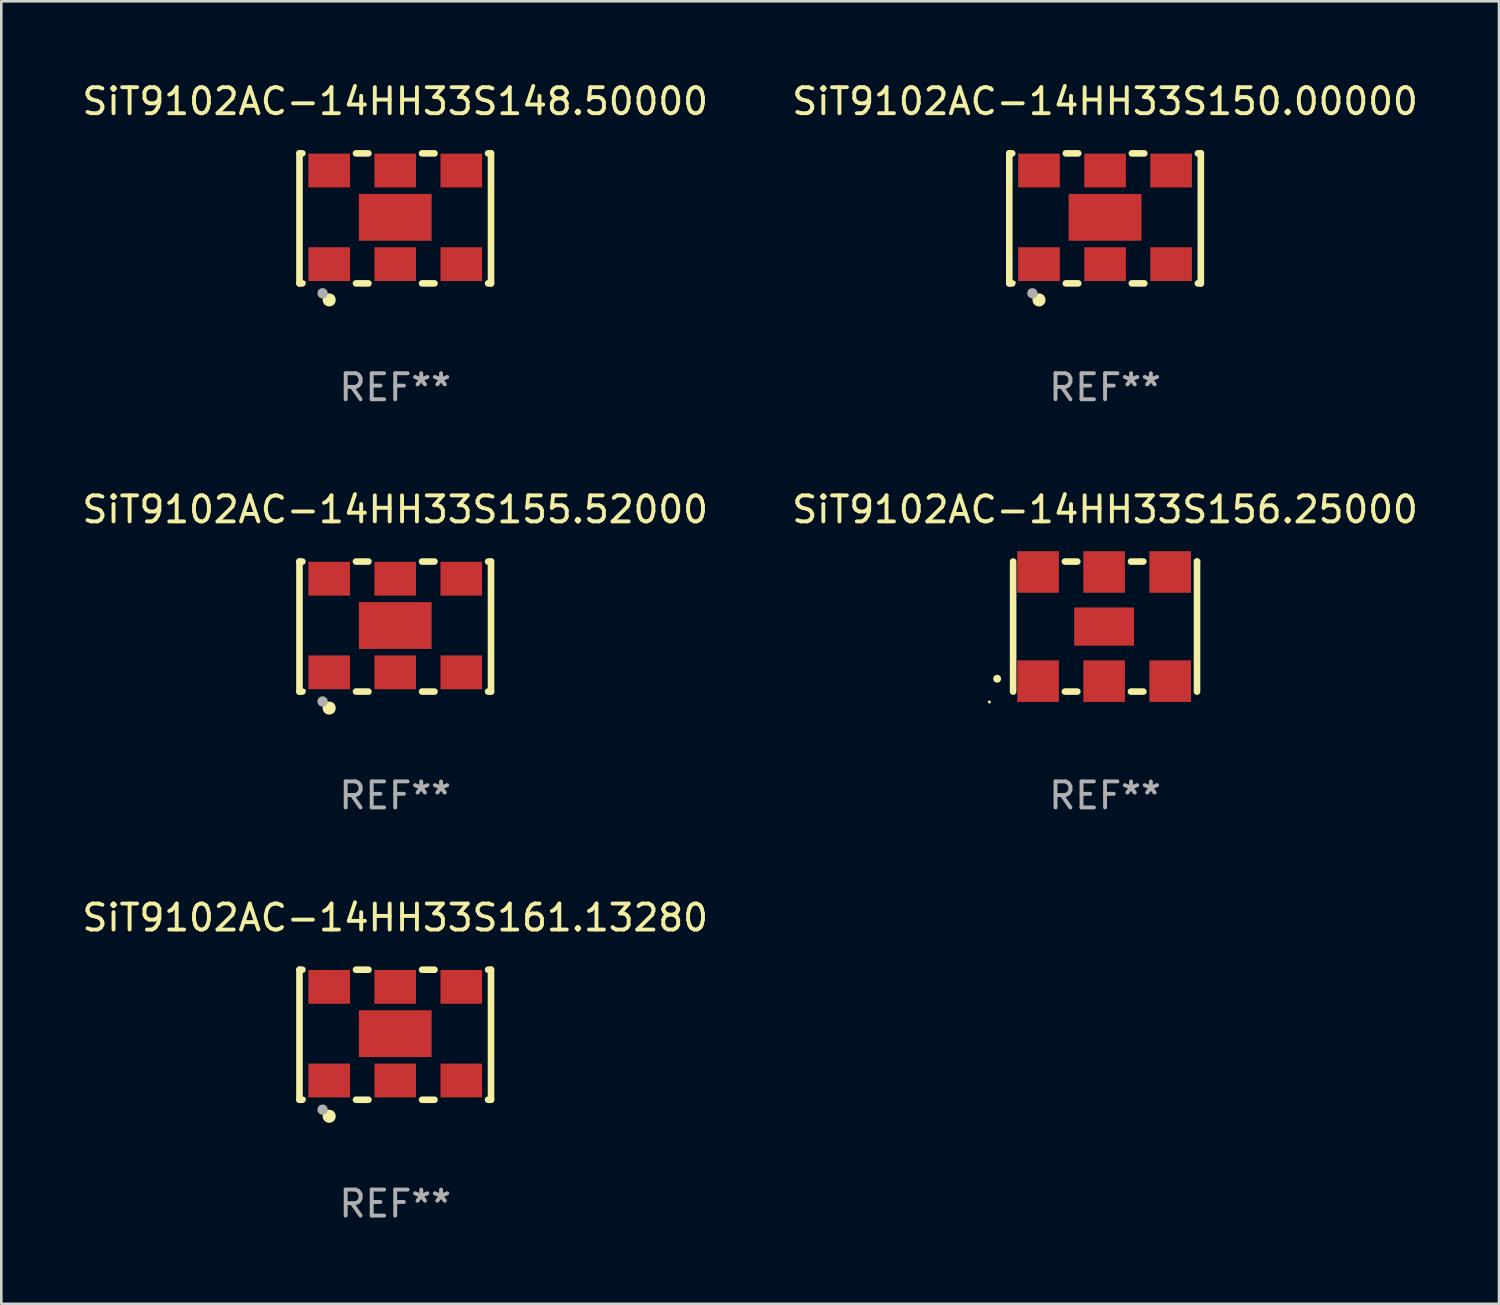
<source format=kicad_pcb>
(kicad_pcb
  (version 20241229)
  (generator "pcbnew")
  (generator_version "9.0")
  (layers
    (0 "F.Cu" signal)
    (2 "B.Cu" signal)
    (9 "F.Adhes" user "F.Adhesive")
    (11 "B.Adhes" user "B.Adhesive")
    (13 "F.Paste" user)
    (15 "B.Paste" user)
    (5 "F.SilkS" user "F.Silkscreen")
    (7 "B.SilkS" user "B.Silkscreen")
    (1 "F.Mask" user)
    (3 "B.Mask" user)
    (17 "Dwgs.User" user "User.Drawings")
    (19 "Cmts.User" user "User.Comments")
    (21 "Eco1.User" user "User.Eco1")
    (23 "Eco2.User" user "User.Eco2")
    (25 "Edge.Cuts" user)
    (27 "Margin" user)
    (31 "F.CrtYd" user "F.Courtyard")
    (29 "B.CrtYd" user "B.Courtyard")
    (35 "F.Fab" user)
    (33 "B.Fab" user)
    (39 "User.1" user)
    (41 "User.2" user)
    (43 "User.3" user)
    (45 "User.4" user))
  (footprint "SiT9102AC-14HH33S161.13280"
    (layer "F.Cu")
    (at 12.149 36.741)
    (property "Reference" "SiT9102AC-14HH33S161.13280" (at 0 -4.5 0) (layer "F.SilkS") (effects (font (size 1 1) (thickness 0.15))))
    (attr through_hole)
    (fp_line (start -3.683 -2.5) (end -3.571 -2.5) (stroke (width 0.254) (type solid)) (layer "F.SilkS"))
    (fp_line (start -3.683 2.5) (end -3.683 -2.5) (stroke (width 0.254) (type solid)) (layer "F.SilkS"))
    (fp_line (start -3.683 2.5) (end -3.571 2.5) (stroke (width 0.254) (type solid)) (layer "F.SilkS"))
    (fp_line (start -1.509 -2.5) (end -1.031 -2.5) (stroke (width 0.254) (type solid)) (layer "F.SilkS"))
    (fp_line (start -1.509 2.5) (end -1.031 2.5) (stroke (width 0.254) (type solid)) (layer "F.SilkS"))
    (fp_line (start 1.031 -2.5) (end 1.509 -2.5) (stroke (width 0.254) (type solid)) (layer "F.SilkS"))
    (fp_line (start 1.031 2.5) (end 1.509 2.5) (stroke (width 0.254) (type solid)) (layer "F.SilkS"))
    (fp_line (start 3.571 -2.5) (end 3.683 -2.5) (stroke (width 0.254) (type solid)) (layer "F.SilkS"))
    (fp_line (start 3.571 2.5) (end 3.683 2.5) (stroke (width 0.254) (type solid)) (layer "F.SilkS"))
    (fp_line (start 3.683 2.5) (end 3.683 -2.5) (stroke (width 0.254) (type solid)) (layer "F.SilkS"))
    (fp_circle (center -3.5 2.46) (end -3.47 2.46) (stroke (width 0.06) (type solid)) (fill no) (layer "F.SilkS"))
    (fp_circle (center -2.54 3.135) (end -2.413 3.135) (stroke (width 0.254) (type solid)) (fill no) (layer "F.SilkS"))
    (fp_circle (center -2.794 2.881) (end -2.694 2.881) (stroke (width 0.2) (type solid)) (fill no) (layer "F.Fab"))
    (fp_text user "REF**" (at 0 6.5 0) (layer "F.Fab") (effects (font (size 1 1) (thickness 0.15))))
    (pad "1" smd rect (at -2.54 1.76) (size 1.6 1.3) (layers "F.Cu" "F.Mask" "F.Paste"))
    (pad "2" smd rect (at 0 1.76) (size 1.6 1.3) (layers "F.Cu" "F.Mask" "F.Paste"))
    (pad "3" smd rect (at 2.54 1.76) (size 1.6 1.3) (layers "F.Cu" "F.Mask" "F.Paste"))
    (pad "4" smd rect (at 2.54 -1.84) (size 1.6 1.3) (layers "F.Cu" "F.Mask" "F.Paste"))
    (pad "5" smd rect (at 0 -1.84) (size 1.6 1.3) (layers "F.Cu" "F.Mask" "F.Paste"))
    (pad "6" smd rect (at -2.54 -1.84) (size 1.6 1.3) (layers "F.Cu" "F.Mask" "F.Paste"))
    (pad "7" smd rect (at 0 -0.04) (size 2.8 1.8) (layers "F.Cu" "F.Mask" "F.Paste")))
  (footprint "SiT9102AC-14HH33S148.50000"
    (layer "F.Cu")
    (at 12.149 5.348)
    (property "Reference" "SiT9102AC-14HH33S148.50000" (at 0 -4.5 0) (layer "F.SilkS") (effects (font (size 1 1) (thickness 0.15))))
    (attr through_hole)
    (fp_line (start -3.683 -2.5) (end -3.571 -2.5) (stroke (width 0.254) (type solid)) (layer "F.SilkS"))
    (fp_line (start -3.683 2.5) (end -3.683 -2.5) (stroke (width 0.254) (type solid)) (layer "F.SilkS"))
    (fp_line (start -3.683 2.5) (end -3.571 2.5) (stroke (width 0.254) (type solid)) (layer "F.SilkS"))
    (fp_line (start -1.509 -2.5) (end -1.031 -2.5) (stroke (width 0.254) (type solid)) (layer "F.SilkS"))
    (fp_line (start -1.509 2.5) (end -1.031 2.5) (stroke (width 0.254) (type solid)) (layer "F.SilkS"))
    (fp_line (start 1.031 -2.5) (end 1.509 -2.5) (stroke (width 0.254) (type solid)) (layer "F.SilkS"))
    (fp_line (start 1.031 2.5) (end 1.509 2.5) (stroke (width 0.254) (type solid)) (layer "F.SilkS"))
    (fp_line (start 3.571 -2.5) (end 3.683 -2.5) (stroke (width 0.254) (type solid)) (layer "F.SilkS"))
    (fp_line (start 3.571 2.5) (end 3.683 2.5) (stroke (width 0.254) (type solid)) (layer "F.SilkS"))
    (fp_line (start 3.683 2.5) (end 3.683 -2.5) (stroke (width 0.254) (type solid)) (layer "F.SilkS"))
    (fp_circle (center -3.5 2.46) (end -3.47 2.46) (stroke (width 0.06) (type solid)) (fill no) (layer "F.SilkS"))
    (fp_circle (center -2.54 3.135) (end -2.413 3.135) (stroke (width 0.254) (type solid)) (fill no) (layer "F.SilkS"))
    (fp_circle (center -2.794 2.881) (end -2.694 2.881) (stroke (width 0.2) (type solid)) (fill no) (layer "F.Fab"))
    (fp_text user "REF**" (at 0 6.5 0) (layer "F.Fab") (effects (font (size 1 1) (thickness 0.15))))
    (pad "1" smd rect (at -2.54 1.76) (size 1.6 1.3) (layers "F.Cu" "F.Mask" "F.Paste"))
    (pad "2" smd rect (at 0 1.76) (size 1.6 1.3) (layers "F.Cu" "F.Mask" "F.Paste"))
    (pad "3" smd rect (at 2.54 1.76) (size 1.6 1.3) (layers "F.Cu" "F.Mask" "F.Paste"))
    (pad "4" smd rect (at 2.54 -1.84) (size 1.6 1.3) (layers "F.Cu" "F.Mask" "F.Paste"))
    (pad "5" smd rect (at 0 -1.84) (size 1.6 1.3) (layers "F.Cu" "F.Mask" "F.Paste"))
    (pad "6" smd rect (at -2.54 -1.84) (size 1.6 1.3) (layers "F.Cu" "F.Mask" "F.Paste"))
    (pad "7" smd rect (at 0 -0.04) (size 2.8 1.8) (layers "F.Cu" "F.Mask" "F.Paste")))
  (footprint "SiT9102AC-14HH33S156.25000"
    (layer "F.Cu")
    (at 39.446 21.045)
    (property "Reference" "SiT9102AC-14HH33S156.25000" (at 0 -4.5 0) (layer "F.SilkS") (effects (font (size 1 1) (thickness 0.15))))
    (attr through_hole)
    (fp_line (start -3.536 -2.5) (end -3.536 2.5) (stroke (width 0.254) (type solid)) (layer "F.SilkS"))
    (fp_line (start -1.544 2.5) (end -1.067 2.5) (stroke (width 0.254) (type solid)) (layer "F.SilkS"))
    (fp_line (start -1.067 -2.5) (end -1.544 -2.5) (stroke (width 0.254) (type solid)) (layer "F.SilkS"))
    (fp_line (start 0.996 2.5) (end 1.473 2.5) (stroke (width 0.254) (type solid)) (layer "F.SilkS"))
    (fp_line (start 1.473 -2.5) (end 0.996 -2.5) (stroke (width 0.254) (type solid)) (layer "F.SilkS"))
    (fp_line (start 3.536 -2.5) (end 3.536 -2.5) (stroke (width 0.254) (type solid)) (layer "F.SilkS"))
    (fp_line (start 3.536 2.5) (end 3.536 -2.5) (stroke (width 0.254) (type solid)) (layer "F.SilkS"))
    (fp_arc (start -4.150432 2.006604) (mid -4.149162 2.006599) (end -4.147892 2.006604) (stroke (width 0.3) (type solid)) (layer "F.SilkS"))
    (fp_circle (center -4.449 2.9) (end -4.419 2.9) (stroke (width 0.06) (type solid)) (fill no) (layer "F.SilkS"))
    (fp_text user "REF**" (at 0 6.5 0) (layer "F.Fab") (effects (font (size 1 1) (thickness 0.15))))
    (pad "1" smd rect (at -2.576 2.1) (size 1.6 1.6) (layers "F.Cu" "F.Mask" "F.Paste"))
    (pad "2" smd rect (at -0.036 2.1) (size 1.6 1.6) (layers "F.Cu" "F.Mask" "F.Paste"))
    (pad "3" smd rect (at 2.504 2.1) (size 1.6 1.6) (layers "F.Cu" "F.Mask" "F.Paste"))
    (pad "4" smd rect (at 2.504 -2.1) (size 1.6 1.6) (layers "F.Cu" "F.Mask" "F.Paste"))
    (pad "5" smd rect (at -0.036 -2.1) (size 1.6 1.6) (layers "F.Cu" "F.Mask" "F.Paste"))
    (pad "6" smd rect (at -2.576 -2.1) (size 1.6 1.6) (layers "F.Cu" "F.Mask" "F.Paste"))
    (pad "7" smd rect (at -0.036 0) (size 2.3 1.47) (layers "F.Cu" "F.Mask" "F.Paste")))
  (footprint "SiT9102AC-14HH33S150.00000"
    (layer "F.Cu")
    (at 39.446 5.348)
    (property "Reference" "SiT9102AC-14HH33S150.00000" (at 0 -4.5 0) (layer "F.SilkS") (effects (font (size 1 1) (thickness 0.15))))
    (attr through_hole)
    (fp_line (start -3.683 -2.5) (end -3.571 -2.5) (stroke (width 0.254) (type solid)) (layer "F.SilkS"))
    (fp_line (start -3.683 2.5) (end -3.683 -2.5) (stroke (width 0.254) (type solid)) (layer "F.SilkS"))
    (fp_line (start -3.683 2.5) (end -3.571 2.5) (stroke (width 0.254) (type solid)) (layer "F.SilkS"))
    (fp_line (start -1.509 -2.5) (end -1.031 -2.5) (stroke (width 0.254) (type solid)) (layer "F.SilkS"))
    (fp_line (start -1.509 2.5) (end -1.031 2.5) (stroke (width 0.254) (type solid)) (layer "F.SilkS"))
    (fp_line (start 1.031 -2.5) (end 1.509 -2.5) (stroke (width 0.254) (type solid)) (layer "F.SilkS"))
    (fp_line (start 1.031 2.5) (end 1.509 2.5) (stroke (width 0.254) (type solid)) (layer "F.SilkS"))
    (fp_line (start 3.571 -2.5) (end 3.683 -2.5) (stroke (width 0.254) (type solid)) (layer "F.SilkS"))
    (fp_line (start 3.571 2.5) (end 3.683 2.5) (stroke (width 0.254) (type solid)) (layer "F.SilkS"))
    (fp_line (start 3.683 2.5) (end 3.683 -2.5) (stroke (width 0.254) (type solid)) (layer "F.SilkS"))
    (fp_circle (center -3.5 2.46) (end -3.47 2.46) (stroke (width 0.06) (type solid)) (fill no) (layer "F.SilkS"))
    (fp_circle (center -2.54 3.135) (end -2.413 3.135) (stroke (width 0.254) (type solid)) (fill no) (layer "F.SilkS"))
    (fp_circle (center -2.794 2.881) (end -2.694 2.881) (stroke (width 0.2) (type solid)) (fill no) (layer "F.Fab"))
    (fp_text user "REF**" (at 0 6.5 0) (layer "F.Fab") (effects (font (size 1 1) (thickness 0.15))))
    (pad "1" smd rect (at -2.54 1.76) (size 1.6 1.3) (layers "F.Cu" "F.Mask" "F.Paste"))
    (pad "2" smd rect (at 0 1.76) (size 1.6 1.3) (layers "F.Cu" "F.Mask" "F.Paste"))
    (pad "3" smd rect (at 2.54 1.76) (size 1.6 1.3) (layers "F.Cu" "F.Mask" "F.Paste"))
    (pad "4" smd rect (at 2.54 -1.84) (size 1.6 1.3) (layers "F.Cu" "F.Mask" "F.Paste"))
    (pad "5" smd rect (at 0 -1.84) (size 1.6 1.3) (layers "F.Cu" "F.Mask" "F.Paste"))
    (pad "6" smd rect (at -2.54 -1.84) (size 1.6 1.3) (layers "F.Cu" "F.Mask" "F.Paste"))
    (pad "7" smd rect (at 0 -0.04) (size 2.8 1.8) (layers "F.Cu" "F.Mask" "F.Paste")))
  (footprint "SiT9102AC-14HH33S155.52000"
    (layer "F.Cu")
    (at 12.149 21.045)
    (property "Reference" "SiT9102AC-14HH33S155.52000" (at 0 -4.5 0) (layer "F.SilkS") (effects (font (size 1 1) (thickness 0.15))))
    (attr through_hole)
    (fp_line (start -3.683 -2.5) (end -3.571 -2.5) (stroke (width 0.254) (type solid)) (layer "F.SilkS"))
    (fp_line (start -3.683 2.5) (end -3.683 -2.5) (stroke (width 0.254) (type solid)) (layer "F.SilkS"))
    (fp_line (start -3.683 2.5) (end -3.571 2.5) (stroke (width 0.254) (type solid)) (layer "F.SilkS"))
    (fp_line (start -1.509 -2.5) (end -1.031 -2.5) (stroke (width 0.254) (type solid)) (layer "F.SilkS"))
    (fp_line (start -1.509 2.5) (end -1.031 2.5) (stroke (width 0.254) (type solid)) (layer "F.SilkS"))
    (fp_line (start 1.031 -2.5) (end 1.509 -2.5) (stroke (width 0.254) (type solid)) (layer "F.SilkS"))
    (fp_line (start 1.031 2.5) (end 1.509 2.5) (stroke (width 0.254) (type solid)) (layer "F.SilkS"))
    (fp_line (start 3.571 -2.5) (end 3.683 -2.5) (stroke (width 0.254) (type solid)) (layer "F.SilkS"))
    (fp_line (start 3.571 2.5) (end 3.683 2.5) (stroke (width 0.254) (type solid)) (layer "F.SilkS"))
    (fp_line (start 3.683 2.5) (end 3.683 -2.5) (stroke (width 0.254) (type solid)) (layer "F.SilkS"))
    (fp_circle (center -3.5 2.46) (end -3.47 2.46) (stroke (width 0.06) (type solid)) (fill no) (layer "F.SilkS"))
    (fp_circle (center -2.54 3.135) (end -2.413 3.135) (stroke (width 0.254) (type solid)) (fill no) (layer "F.SilkS"))
    (fp_circle (center -2.794 2.881) (end -2.694 2.881) (stroke (width 0.2) (type solid)) (fill no) (layer "F.Fab"))
    (fp_text user "REF**" (at 0 6.5 0) (layer "F.Fab") (effects (font (size 1 1) (thickness 0.15))))
    (pad "1" smd rect (at -2.54 1.76) (size 1.6 1.3) (layers "F.Cu" "F.Mask" "F.Paste"))
    (pad "2" smd rect (at 0 1.76) (size 1.6 1.3) (layers "F.Cu" "F.Mask" "F.Paste"))
    (pad "3" smd rect (at 2.54 1.76) (size 1.6 1.3) (layers "F.Cu" "F.Mask" "F.Paste"))
    (pad "4" smd rect (at 2.54 -1.84) (size 1.6 1.3) (layers "F.Cu" "F.Mask" "F.Paste"))
    (pad "5" smd rect (at 0 -1.84) (size 1.6 1.3) (layers "F.Cu" "F.Mask" "F.Paste"))
    (pad "6" smd rect (at -2.54 -1.84) (size 1.6 1.3) (layers "F.Cu" "F.Mask" "F.Paste"))
    (pad "7" smd rect (at 0 -0.04) (size 2.8 1.8) (layers "F.Cu" "F.Mask" "F.Paste")))
  (gr_rect
    (start -3 -3)
    (end 54.595 47.09)
    (stroke (width 0.1) (type default))
    (fill no)
    (layer "Edge.Cuts")))
</source>
